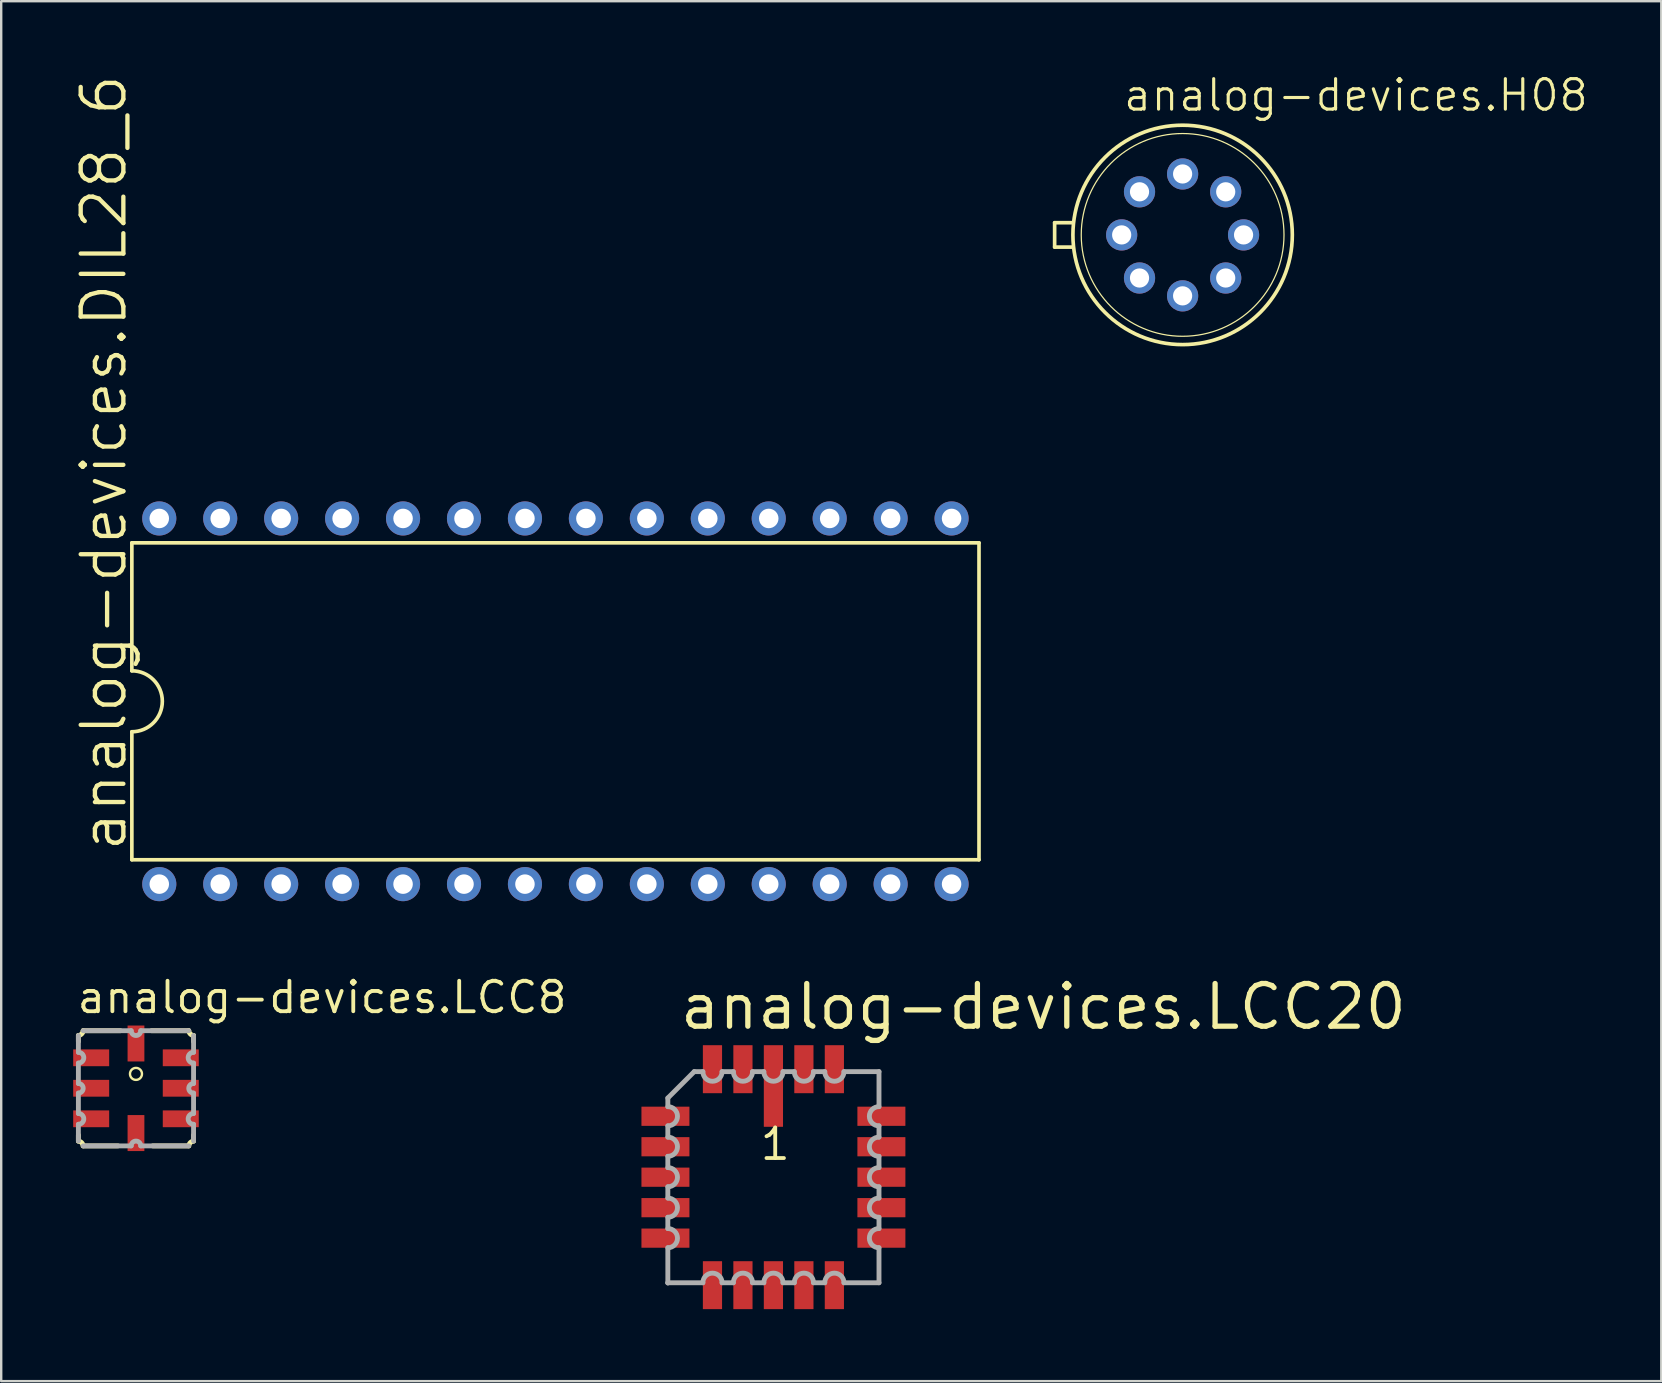
<source format=kicad_pcb>
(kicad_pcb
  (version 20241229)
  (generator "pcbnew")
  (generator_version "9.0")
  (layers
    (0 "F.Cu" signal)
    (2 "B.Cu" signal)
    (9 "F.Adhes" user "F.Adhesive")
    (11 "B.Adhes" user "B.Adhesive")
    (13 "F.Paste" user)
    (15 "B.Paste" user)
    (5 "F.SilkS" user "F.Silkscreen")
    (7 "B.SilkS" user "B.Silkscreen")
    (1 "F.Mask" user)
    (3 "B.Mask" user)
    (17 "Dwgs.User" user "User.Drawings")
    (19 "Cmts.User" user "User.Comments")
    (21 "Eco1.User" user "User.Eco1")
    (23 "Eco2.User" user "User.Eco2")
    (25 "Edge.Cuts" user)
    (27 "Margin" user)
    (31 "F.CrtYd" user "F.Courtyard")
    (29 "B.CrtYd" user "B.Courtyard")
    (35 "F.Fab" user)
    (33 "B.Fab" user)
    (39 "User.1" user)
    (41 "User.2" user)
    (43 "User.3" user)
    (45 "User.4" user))
  (footprint "analog-devices.DIL28_6"
    (layer "F.Cu")
    (at 20.098 26.177)
    (property "Reference" "analog-devices.DIL28_6" (at -17.78 6.35 90) (layer "F.SilkS") (effects (font (size 1.778 1.778) (thickness 0.18)) (justify left bottom)))
    (attr through_hole)
    (fp_line (start -17.653 -6.604) (end -17.653 -1.27) (stroke (width 0.152) (type default)) (layer "F.SilkS"))
    (fp_line (start -17.653 -6.604) (end 17.653 -6.604) (stroke (width 0.152) (type default)) (layer "F.SilkS"))
    (fp_line (start -17.653 1.27) (end -17.653 6.604) (stroke (width 0.152) (type default)) (layer "F.SilkS"))
    (fp_line (start -17.653 6.604) (end 17.653 6.604) (stroke (width 0.152) (type default)) (layer "F.SilkS"))
    (fp_line (start 17.653 6.604) (end 17.653 -6.604) (stroke (width 0.152) (type default)) (layer "F.SilkS"))
    (fp_arc (start -17.653 -1.27) (mid -16.383 0) (end -17.653 1.27) (stroke (width 0.1524) (type default)) (layer "F.SilkS"))
    (pad "1" thru_hole circle (at -16.51 7.62 90) (size 1.422 1.422) (drill 0.813) (layers "*.Cu" "*.Mask"))
    (pad "2" thru_hole circle (at -13.97 7.62 90) (size 1.422 1.422) (drill 0.813) (layers "*.Cu" "*.Mask"))
    (pad "3" thru_hole circle (at -11.43 7.62 90) (size 1.422 1.422) (drill 0.813) (layers "*.Cu" "*.Mask"))
    (pad "4" thru_hole circle (at -8.89 7.62 90) (size 1.422 1.422) (drill 0.813) (layers "*.Cu" "*.Mask"))
    (pad "5" thru_hole circle (at -6.35 7.62 90) (size 1.422 1.422) (drill 0.813) (layers "*.Cu" "*.Mask"))
    (pad "6" thru_hole circle (at -3.81 7.62 90) (size 1.422 1.422) (drill 0.813) (layers "*.Cu" "*.Mask"))
    (pad "7" thru_hole circle (at -1.27 7.62 90) (size 1.422 1.422) (drill 0.813) (layers "*.Cu" "*.Mask"))
    (pad "8" thru_hole circle (at 1.27 7.62 90) (size 1.422 1.422) (drill 0.813) (layers "*.Cu" "*.Mask"))
    (pad "9" thru_hole circle (at 3.81 7.62 90) (size 1.422 1.422) (drill 0.813) (layers "*.Cu" "*.Mask"))
    (pad "10" thru_hole circle (at 6.35 7.62 90) (size 1.422 1.422) (drill 0.813) (layers "*.Cu" "*.Mask"))
    (pad "11" thru_hole circle (at 8.89 7.62 90) (size 1.422 1.422) (drill 0.813) (layers "*.Cu" "*.Mask"))
    (pad "12" thru_hole circle (at 11.43 7.62 90) (size 1.422 1.422) (drill 0.813) (layers "*.Cu" "*.Mask"))
    (pad "13" thru_hole circle (at 13.97 7.62 90) (size 1.422 1.422) (drill 0.813) (layers "*.Cu" "*.Mask"))
    (pad "14" thru_hole circle (at 16.51 7.62 90) (size 1.422 1.422) (drill 0.813) (layers "*.Cu" "*.Mask"))
    (pad "15" thru_hole circle (at 16.51 -7.62 90) (size 1.422 1.422) (drill 0.813) (layers "*.Cu" "*.Mask"))
    (pad "16" thru_hole circle (at 13.97 -7.62 90) (size 1.422 1.422) (drill 0.813) (layers "*.Cu" "*.Mask"))
    (pad "17" thru_hole circle (at 11.43 -7.62 90) (size 1.422 1.422) (drill 0.813) (layers "*.Cu" "*.Mask"))
    (pad "18" thru_hole circle (at 8.89 -7.62 90) (size 1.422 1.422) (drill 0.813) (layers "*.Cu" "*.Mask"))
    (pad "19" thru_hole circle (at 6.35 -7.62 90) (size 1.422 1.422) (drill 0.813) (layers "*.Cu" "*.Mask"))
    (pad "20" thru_hole circle (at 3.81 -7.62 90) (size 1.422 1.422) (drill 0.813) (layers "*.Cu" "*.Mask"))
    (pad "21" thru_hole circle (at 1.27 -7.62 90) (size 1.422 1.422) (drill 0.813) (layers "*.Cu" "*.Mask"))
    (pad "22" thru_hole circle (at -1.27 -7.62 90) (size 1.422 1.422) (drill 0.813) (layers "*.Cu" "*.Mask"))
    (pad "23" thru_hole circle (at -3.81 -7.62 90) (size 1.422 1.422) (drill 0.813) (layers "*.Cu" "*.Mask"))
    (pad "24" thru_hole circle (at -6.35 -7.62 90) (size 1.422 1.422) (drill 0.813) (layers "*.Cu" "*.Mask"))
    (pad "25" thru_hole circle (at -8.89 -7.62 90) (size 1.422 1.422) (drill 0.813) (layers "*.Cu" "*.Mask"))
    (pad "26" thru_hole circle (at -11.43 -7.62 90) (size 1.422 1.422) (drill 0.813) (layers "*.Cu" "*.Mask"))
    (pad "27" thru_hole circle (at -13.97 -7.62 90) (size 1.422 1.422) (drill 0.813) (layers "*.Cu" "*.Mask"))
    (pad "28" thru_hole circle (at -16.51 -7.62 90) (size 1.422 1.422) (drill 0.813) (layers "*.Cu" "*.Mask")))
  (footprint "analog-devices.H08"
    (layer "F.Cu")
    (at 46.237 6.74)
    (property "Reference" "analog-devices.H08" (at -2.54 -5.08 0) (layer "F.SilkS") (effects (font (size 1.27 1.27) (thickness 0.13)) (justify left bottom)))
    (attr through_hole)
    (fp_line (start -5.334 0.508) (end -5.334 -0.508) (stroke (width 0.152) (type default)) (layer "F.SilkS"))
    (fp_line (start -5.334 0.508) (end -4.572 0.508) (stroke (width 0.152) (type default)) (layer "F.SilkS"))
    (fp_line (start -4.572 -0.508) (end -5.334 -0.508) (stroke (width 0.152) (type default)) (layer "F.SilkS"))
    (fp_circle (center 0 0) (end 4.225 0) (stroke (width 0.051) (type default)) (fill no) (layer "F.SilkS"))
    (fp_circle (center 0 0) (end 4.572 0) (stroke (width 0.152) (type default)) (fill no) (layer "F.SilkS"))
    (pad "1" thru_hole circle (at -1.796 1.796) (size 1.3 1.3) (drill 0.8) (layers "*.Cu" "*.Mask"))
    (pad "2" thru_hole circle (at 0 2.54) (size 1.3 1.3) (drill 0.8) (layers "*.Cu" "*.Mask"))
    (pad "3" thru_hole circle (at 1.796 1.796) (size 1.3 1.3) (drill 0.8) (layers "*.Cu" "*.Mask"))
    (pad "4" thru_hole circle (at 2.54 0) (size 1.3 1.3) (drill 0.8) (layers "*.Cu" "*.Mask"))
    (pad "5" thru_hole circle (at 1.796 -1.796) (size 1.3 1.3) (drill 0.8) (layers "*.Cu" "*.Mask"))
    (pad "6" thru_hole circle (at 0 -2.54) (size 1.3 1.3) (drill 0.8) (layers "*.Cu" "*.Mask"))
    (pad "7" thru_hole circle (at -1.796 -1.796) (size 1.3 1.3) (drill 0.8) (layers "*.Cu" "*.Mask"))
    (pad "8" thru_hole circle (at -2.54 0) (size 1.3 1.3) (drill 0.8) (layers "*.Cu" "*.Mask")))
  (footprint "analog-devices.LCC20"
    (layer "F.Cu")
    (at 29.183 46.011)
    (property "Reference" "analog-devices.LCC20" (at -4.005 -6.065 0) (layer "F.SilkS") (effects (font (size 1.778 1.778) (thickness 0.22)) (justify left bottom)))
    (attr smd)
    (fp_line (start -4.4 -3.3) (end -4.4 -2.94) (stroke (width 0.203) (type default)) (layer "F.Fab"))
    (fp_line (start -4.4 -2.14) (end -4.4 -1.67) (stroke (width 0.203) (type default)) (layer "F.Fab"))
    (fp_line (start -4.4 -0.87) (end -4.4 -0.4) (stroke (width 0.203) (type default)) (layer "F.Fab"))
    (fp_line (start -4.4 0.4) (end -4.4 0.87) (stroke (width 0.203) (type default)) (layer "F.Fab"))
    (fp_line (start -4.4 1.67) (end -4.4 2.14) (stroke (width 0.203) (type default)) (layer "F.Fab"))
    (fp_line (start -4.4 2.94) (end -4.4 4.4) (stroke (width 0.203) (type default)) (layer "F.Fab"))
    (fp_line (start -4.4 4.4) (end -4.4 4.41) (stroke (width 0.203) (type default)) (layer "F.Fab"))
    (fp_line (start -4.4 4.4) (end -2.94 4.4) (stroke (width 0.203) (type default)) (layer "F.Fab"))
    (fp_line (start -3.3 -4.4) (end -4.4 -3.3) (stroke (width 0.203) (type default)) (layer "F.Fab"))
    (fp_line (start -2.94 -4.4) (end -3.3 -4.4) (stroke (width 0.203) (type default)) (layer "F.Fab"))
    (fp_line (start -2.14 4.4) (end -1.67 4.4) (stroke (width 0.203) (type default)) (layer "F.Fab"))
    (fp_line (start -1.67 -4.4) (end -2.14 -4.4) (stroke (width 0.203) (type default)) (layer "F.Fab"))
    (fp_line (start -0.87 4.4) (end -0.4 4.4) (stroke (width 0.203) (type default)) (layer "F.Fab"))
    (fp_line (start -0.4 -4.4) (end -0.87 -4.4) (stroke (width 0.203) (type default)) (layer "F.Fab"))
    (fp_line (start 0.4 4.4) (end 0.87 4.4) (stroke (width 0.203) (type default)) (layer "F.Fab"))
    (fp_line (start 0.87 -4.4) (end 0.4 -4.4) (stroke (width 0.203) (type default)) (layer "F.Fab"))
    (fp_line (start 1.67 4.4) (end 2.14 4.4) (stroke (width 0.203) (type default)) (layer "F.Fab"))
    (fp_line (start 2.14 -4.4) (end 1.67 -4.4) (stroke (width 0.203) (type default)) (layer "F.Fab"))
    (fp_line (start 2.94 4.4) (end 4.4 4.4) (stroke (width 0.203) (type default)) (layer "F.Fab"))
    (fp_line (start 4.4 -4.4) (end 2.94 -4.4) (stroke (width 0.203) (type default)) (layer "F.Fab"))
    (fp_line (start 4.4 -2.94) (end 4.4 -4.4) (stroke (width 0.203) (type default)) (layer "F.Fab"))
    (fp_line (start 4.4 -1.67) (end 4.4 -2.14) (stroke (width 0.203) (type default)) (layer "F.Fab"))
    (fp_line (start 4.4 -0.4) (end 4.4 -0.87) (stroke (width 0.203) (type default)) (layer "F.Fab"))
    (fp_line (start 4.4 0.87) (end 4.4 0.4) (stroke (width 0.203) (type default)) (layer "F.Fab"))
    (fp_line (start 4.4 2.14) (end 4.4 1.67) (stroke (width 0.203) (type default)) (layer "F.Fab"))
    (fp_line (start 4.4 4.4) (end 4.4 2.94) (stroke (width 0.203) (type default)) (layer "F.Fab"))
    (fp_arc (start -4.3984 -2.94) (mid -3.9984 -2.54) (end -4.3984 -2.14) (stroke (width 0.2032) (type default)) (layer "F.Fab"))
    (fp_arc (start -4.3984 -1.67) (mid -3.9984 -1.27) (end -4.3984 -0.87) (stroke (width 0.2032) (type default)) (layer "F.Fab"))
    (fp_arc (start -4.3984 -0.4) (mid -3.9984 0) (end -4.3984 0.4) (stroke (width 0.2032) (type default)) (layer "F.Fab"))
    (fp_arc (start -4.3984 0.87) (mid -3.9984 1.27) (end -4.3984 1.67) (stroke (width 0.2032) (type default)) (layer "F.Fab"))
    (fp_arc (start -4.3984 2.14) (mid -3.9984 2.54) (end -4.3984 2.94) (stroke (width 0.2032) (type default)) (layer "F.Fab"))
    (fp_arc (start -2.94 4.3984) (mid -2.54 3.9984) (end -2.14 4.3984) (stroke (width 0.2032) (type default)) (layer "F.Fab"))
    (fp_arc (start -2.14 -4.3984) (mid -2.54 -3.9984) (end -2.94 -4.3984) (stroke (width 0.2032) (type default)) (layer "F.Fab"))
    (fp_arc (start -1.67 4.3984) (mid -1.27 3.9984) (end -0.87 4.3984) (stroke (width 0.2032) (type default)) (layer "F.Fab"))
    (fp_arc (start -0.87 -4.3984) (mid -1.27 -3.9984) (end -1.67 -4.3984) (stroke (width 0.2032) (type default)) (layer "F.Fab"))
    (fp_arc (start -0.4 4.3984) (mid 0 3.9984) (end 0.4 4.3984) (stroke (width 0.2032) (type default)) (layer "F.Fab"))
    (fp_arc (start 0.4 -4.3984) (mid 0 -3.9984) (end -0.4 -4.3984) (stroke (width 0.2032) (type default)) (layer "F.Fab"))
    (fp_arc (start 0.87 4.3984) (mid 1.27 3.9984) (end 1.67 4.3984) (stroke (width 0.2032) (type default)) (layer "F.Fab"))
    (fp_arc (start 1.67 -4.3984) (mid 1.27 -3.9984) (end 0.87 -4.3984) (stroke (width 0.2032) (type default)) (layer "F.Fab"))
    (fp_arc (start 2.14 4.3984) (mid 2.54 3.9984) (end 2.94 4.3984) (stroke (width 0.2032) (type default)) (layer "F.Fab"))
    (fp_arc (start 2.94 -4.3984) (mid 2.54 -3.9984) (end 2.14 -4.3984) (stroke (width 0.2032) (type default)) (layer "F.Fab"))
    (fp_arc (start 4.3984 -2.14) (mid 3.9984 -2.54) (end 4.3984 -2.94) (stroke (width 0.2032) (type default)) (layer "F.Fab"))
    (fp_arc (start 4.3984 -0.87) (mid 3.9984 -1.27) (end 4.3984 -1.67) (stroke (width 0.2032) (type default)) (layer "F.Fab"))
    (fp_arc (start 4.3984 0.4) (mid 3.9984 0) (end 4.3984 -0.4) (stroke (width 0.2032) (type default)) (layer "F.Fab"))
    (fp_arc (start 4.3984 1.67) (mid 3.9984 1.27) (end 4.3984 0.87) (stroke (width 0.2032) (type default)) (layer "F.Fab"))
    (fp_arc (start 4.3984 2.94) (mid 3.9984 2.54) (end 4.3984 2.14) (stroke (width 0.2032) (type default)) (layer "F.Fab"))
    (fp_text user "1" (at -0.635 -0.635 0) (layer "F.SilkS") (effects (font (size 1.27 1.27) (thickness 0.16)) (justify left bottom)))
    (pad "1" smd roundrect (at 0 -3.8) (size 0.8 3.4) (layers "F.Cu" "F.Mask" "F.Paste") (roundrect_rratio 0.01))
    (pad "2" smd roundrect (at -1.27 -4.5) (size 0.8 2) (layers "F.Cu" "F.Mask" "F.Paste") (roundrect_rratio 0.01))
    (pad "3" smd roundrect (at -2.54 -4.5) (size 0.8 2) (layers "F.Cu" "F.Mask" "F.Paste") (roundrect_rratio 0.01))
    (pad "4" smd roundrect (at -4.5 -2.54) (size 2 0.8) (layers "F.Cu" "F.Mask" "F.Paste") (roundrect_rratio 0.01))
    (pad "5" smd roundrect (at -4.5 -1.27) (size 2 0.8) (layers "F.Cu" "F.Mask" "F.Paste") (roundrect_rratio 0.01))
    (pad "6" smd roundrect (at -4.5 0) (size 2 0.8) (layers "F.Cu" "F.Mask" "F.Paste") (roundrect_rratio 0.01))
    (pad "7" smd roundrect (at -4.5 1.27) (size 2 0.8) (layers "F.Cu" "F.Mask" "F.Paste") (roundrect_rratio 0.01))
    (pad "8" smd roundrect (at -4.5 2.54) (size 2 0.8) (layers "F.Cu" "F.Mask" "F.Paste") (roundrect_rratio 0.01))
    (pad "9" smd roundrect (at -2.54 4.5) (size 0.8 2) (layers "F.Cu" "F.Mask" "F.Paste") (roundrect_rratio 0.01))
    (pad "10" smd roundrect (at -1.27 4.5) (size 0.8 2) (layers "F.Cu" "F.Mask" "F.Paste") (roundrect_rratio 0.01))
    (pad "11" smd roundrect (at 0 4.5) (size 0.8 2) (layers "F.Cu" "F.Mask" "F.Paste") (roundrect_rratio 0.01))
    (pad "12" smd roundrect (at 1.27 4.5) (size 0.8 2) (layers "F.Cu" "F.Mask" "F.Paste") (roundrect_rratio 0.01))
    (pad "13" smd roundrect (at 2.54 4.5) (size 0.8 2) (layers "F.Cu" "F.Mask" "F.Paste") (roundrect_rratio 0.01))
    (pad "14" smd roundrect (at 4.5 2.54) (size 2 0.8) (layers "F.Cu" "F.Mask" "F.Paste") (roundrect_rratio 0.01))
    (pad "15" smd roundrect (at 4.5 1.27) (size 2 0.8) (layers "F.Cu" "F.Mask" "F.Paste") (roundrect_rratio 0.01))
    (pad "16" smd roundrect (at 4.5 0) (size 2 0.8) (layers "F.Cu" "F.Mask" "F.Paste") (roundrect_rratio 0.01))
    (pad "17" smd roundrect (at 4.5 -1.27) (size 2 0.8) (layers "F.Cu" "F.Mask" "F.Paste") (roundrect_rratio 0.01))
    (pad "18" smd roundrect (at 4.5 -2.54) (size 2 0.8) (layers "F.Cu" "F.Mask" "F.Paste") (roundrect_rratio 0.01))
    (pad "19" smd roundrect (at 2.54 -4.5) (size 0.8 2) (layers "F.Cu" "F.Mask" "F.Paste") (roundrect_rratio 0.01))
    (pad "20" smd roundrect (at 1.27 -4.5) (size 0.8 2) (layers "F.Cu" "F.Mask" "F.Paste") (roundrect_rratio 0.01)))
  (footprint "analog-devices.LCC8"
    (layer "F.Cu")
    (at 2.617 42.306)
    (property "Reference" "analog-devices.LCC8" (at -2.54 -3.048 0) (layer "F.SilkS") (effects (font (size 1.27 1.27) (thickness 0.16)) (justify left bottom)))
    (attr smd)
    (fp_line (start -2.4 -2.2) (end -2.4 -1.95) (stroke (width 0.203) (type default)) (layer "F.SilkS"))
    (fp_line (start -2.4 1.95) (end -2.4 2.2) (stroke (width 0.203) (type default)) (layer "F.SilkS"))
    (fp_line (start -2.2 -2.4) (end -0.65 -2.4) (stroke (width 0.203) (type default)) (layer "F.SilkS"))
    (fp_line (start -2.2 2.4) (end -0.75 2.4) (stroke (width 0.203) (type default)) (layer "F.SilkS"))
    (fp_line (start 0.7 2.4) (end 2.2 2.4) (stroke (width 0.203) (type default)) (layer "F.SilkS"))
    (fp_line (start 2.2 -2.4) (end 0.65 -2.4) (stroke (width 0.203) (type default)) (layer "F.SilkS"))
    (fp_line (start 2.4 -1.95) (end 2.4 -2.2) (stroke (width 0.203) (type default)) (layer "F.SilkS"))
    (fp_line (start 2.4 2.2) (end 2.4 1.95) (stroke (width 0.203) (type default)) (layer "F.SilkS"))
    (fp_arc (start -2.4 2.2) (mid -2.264922 2.264922) (end -2.2 2.4) (stroke (width 0.2032) (type default)) (layer "F.SilkS"))
    (fp_arc (start -2.2 -2.4) (mid -2.264922 -2.264922) (end -2.4 -2.2) (stroke (width 0.2032) (type default)) (layer "F.SilkS"))
    (fp_arc (start 2.2 2.4) (mid 2.264922 2.264922) (end 2.4 2.2) (stroke (width 0.2032) (type default)) (layer "F.SilkS"))
    (fp_arc (start 2.4 -2.2) (mid 2.264922 -2.264922) (end 2.2 -2.4) (stroke (width 0.2032) (type default)) (layer "F.SilkS"))
    (fp_circle (center 0 -0.6) (end 0.25 -0.6) (stroke (width 0.1) (type default)) (fill no) (layer "F.SilkS"))
    (fp_line (start -2.4 -2.2) (end -2.4 -1.5) (stroke (width 0.203) (type default)) (layer "F.Fab"))
    (fp_line (start -2.4 -1.05) (end -2.4 -0.2) (stroke (width 0.203) (type default)) (layer "F.Fab"))
    (fp_line (start -2.4 0.2) (end -2.4 1.05) (stroke (width 0.203) (type default)) (layer "F.Fab"))
    (fp_line (start -2.4 1.5) (end -2.4 2.2) (stroke (width 0.203) (type default)) (layer "F.Fab"))
    (fp_line (start -2.2 2.4) (end -0.2 2.4) (stroke (width 0.203) (type default)) (layer "F.Fab"))
    (fp_line (start -0.2 -2.4) (end -2.2 -2.4) (stroke (width 0.203) (type default)) (layer "F.Fab"))
    (fp_line (start 0.2 2.4) (end 2.2 2.4) (stroke (width 0.203) (type default)) (layer "F.Fab"))
    (fp_line (start 2.2 -2.4) (end 0.2 -2.4) (stroke (width 0.203) (type default)) (layer "F.Fab"))
    (fp_line (start 2.4 -1.5) (end 2.4 -2.2) (stroke (width 0.203) (type default)) (layer "F.Fab"))
    (fp_line (start 2.4 -0.2) (end 2.4 -1.05) (stroke (width 0.203) (type default)) (layer "F.Fab"))
    (fp_line (start 2.4 1.05) (end 2.4 0.2) (stroke (width 0.203) (type default)) (layer "F.Fab"))
    (fp_line (start 2.4 2.2) (end 2.4 1.5) (stroke (width 0.203) (type default)) (layer "F.Fab"))
    (fp_arc (start -2.4 -1.5) (mid -2.175 -1.275) (end -2.4 -1.05) (stroke (width 0.2032) (type default)) (layer "F.Fab"))
    (fp_arc (start -2.4 -0.2) (mid -2.2 0) (end -2.4 0.2) (stroke (width 0.2032) (type default)) (layer "F.Fab"))
    (fp_arc (start -2.4 1.05) (mid -2.175 1.275) (end -2.4 1.5) (stroke (width 0.2032) (type default)) (layer "F.Fab"))
    (fp_arc (start -0.2 2.4) (mid 0 2.2) (end 0.2 2.4) (stroke (width 0.2032) (type default)) (layer "F.Fab"))
    (fp_arc (start 0.2 -2.4) (mid 0 -2.2) (end -0.2 -2.4) (stroke (width 0.2032) (type default)) (layer "F.Fab"))
    (fp_arc (start 2.4 -1.05) (mid 2.175 -1.275) (end 2.4 -1.5) (stroke (width 0.2032) (type default)) (layer "F.Fab"))
    (fp_arc (start 2.4 0.2) (mid 2.2 0) (end 2.4 -0.2) (stroke (width 0.2032) (type default)) (layer "F.Fab"))
    (fp_arc (start 2.4 1.5) (mid 2.175 1.275) (end 2.4 1.05) (stroke (width 0.2032) (type default)) (layer "F.Fab"))
    (pad "1" smd roundrect (at -1.867 -1.27) (size 1.5 0.7) (layers "F.Cu" "F.Mask" "F.Paste") (roundrect_rratio 0.01))
    (pad "2" smd roundrect (at -1.867 0) (size 1.5 0.7) (layers "F.Cu" "F.Mask" "F.Paste") (roundrect_rratio 0.01))
    (pad "3" smd roundrect (at -1.867 1.27) (size 1.5 0.7) (layers "F.Cu" "F.Mask" "F.Paste") (roundrect_rratio 0.01))
    (pad "4" smd roundrect (at 0 1.867 90) (size 1.5 0.7) (layers "F.Cu" "F.Mask" "F.Paste") (roundrect_rratio 0.01))
    (pad "5" smd roundrect (at 1.867 1.27 180) (size 1.5 0.7) (layers "F.Cu" "F.Mask" "F.Paste") (roundrect_rratio 0.01))
    (pad "6" smd roundrect (at 1.867 0 180) (size 1.5 0.7) (layers "F.Cu" "F.Mask" "F.Paste") (roundrect_rratio 0.01))
    (pad "7" smd roundrect (at 1.867 -1.27 180) (size 1.5 0.7) (layers "F.Cu" "F.Mask" "F.Paste") (roundrect_rratio 0.01))
    (pad "8" smd roundrect (at 0 -1.867 270) (size 1.5 0.7) (layers "F.Cu" "F.Mask" "F.Paste") (roundrect_rratio 0.01)))
  (gr_rect
    (start -3 -3)
    (end 66.186 54.511)
    (stroke (width 0.1) (type default))
    (fill no)
    (layer "Edge.Cuts")))
</source>
